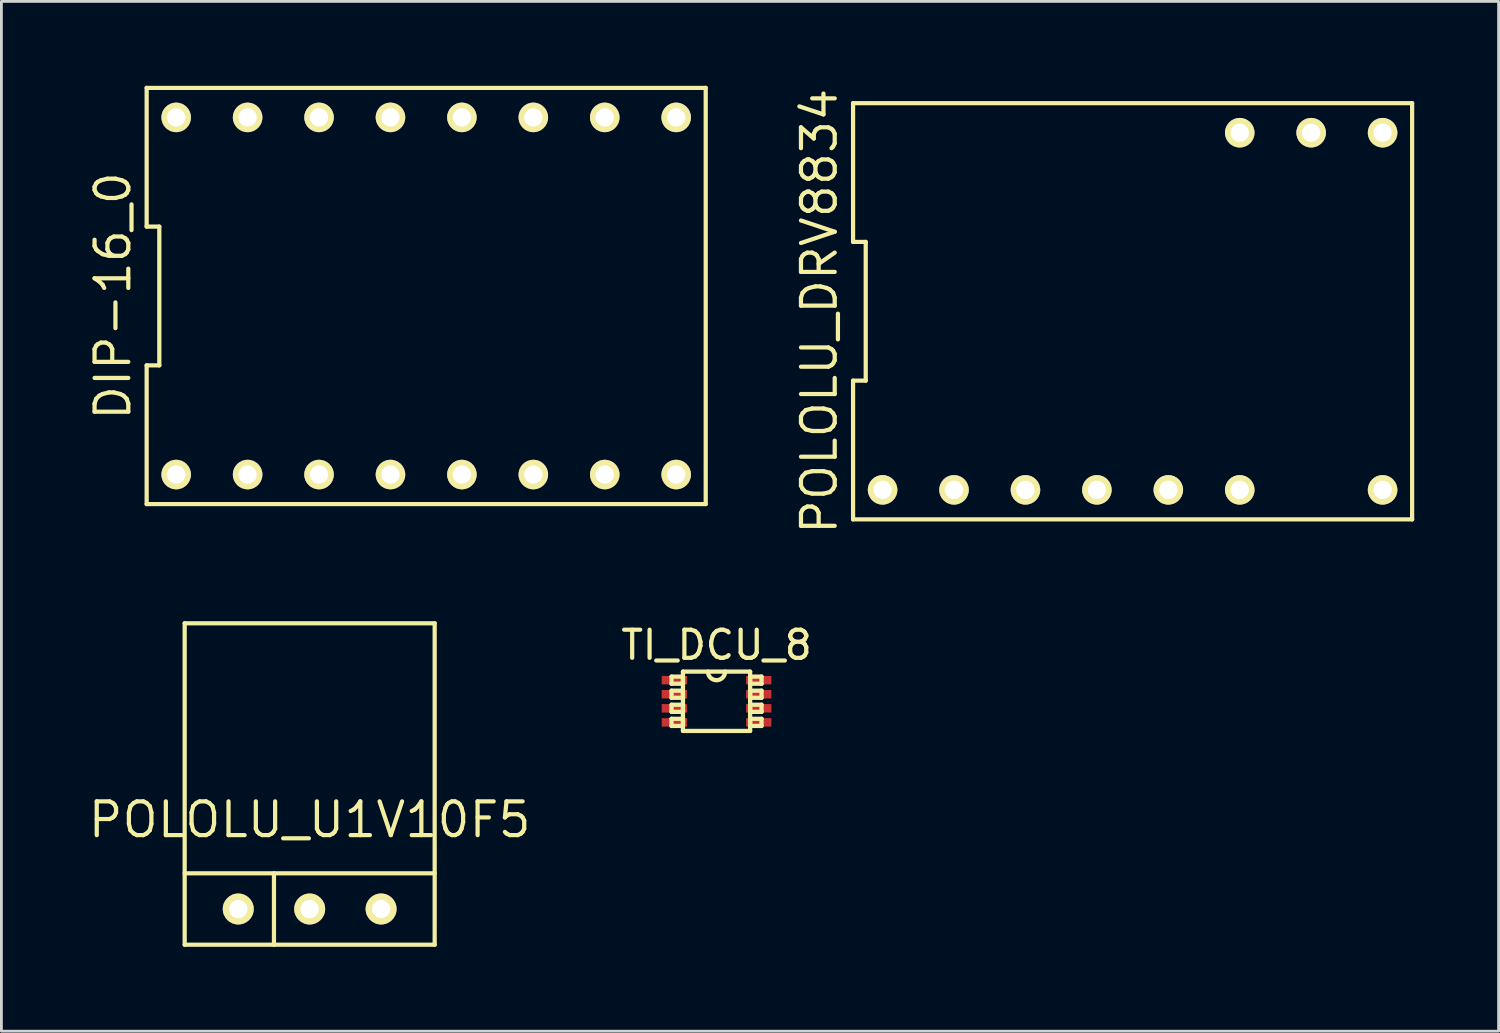
<source format=kicad_pcb>
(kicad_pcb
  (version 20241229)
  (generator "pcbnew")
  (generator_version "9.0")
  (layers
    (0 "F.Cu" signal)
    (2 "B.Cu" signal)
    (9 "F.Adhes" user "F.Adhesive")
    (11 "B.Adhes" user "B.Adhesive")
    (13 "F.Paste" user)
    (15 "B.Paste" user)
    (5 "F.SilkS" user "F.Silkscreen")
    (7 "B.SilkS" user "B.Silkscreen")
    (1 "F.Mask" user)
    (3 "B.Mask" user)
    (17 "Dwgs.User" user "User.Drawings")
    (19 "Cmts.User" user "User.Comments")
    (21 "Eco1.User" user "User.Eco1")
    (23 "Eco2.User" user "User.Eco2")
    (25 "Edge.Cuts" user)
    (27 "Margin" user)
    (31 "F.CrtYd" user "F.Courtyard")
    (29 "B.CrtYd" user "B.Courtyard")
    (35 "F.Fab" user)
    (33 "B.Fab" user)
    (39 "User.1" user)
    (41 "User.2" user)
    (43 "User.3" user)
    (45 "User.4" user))
  (footprint "TI_DCU_8"
    (layer "F.Cu")
    (at 22.43 21.887)
    (property "Reference" "TI_DCU_8" (at 0 -2 0) (layer "F.SilkS") (effects (font (size 1 1) (thickness 0.15))))
    (attr through_hole)
    (fp_line (start -1.6 -0.877) (end -1.6 -0.623) (stroke (width 0.152) (type solid)) (layer "F.SilkS"))
    (fp_line (start -1.6 -0.623) (end -1.194 -0.623) (stroke (width 0.152) (type solid)) (layer "F.SilkS"))
    (fp_line (start -1.6 -0.377) (end -1.6 -0.123) (stroke (width 0.152) (type solid)) (layer "F.SilkS"))
    (fp_line (start -1.6 -0.123) (end -1.194 -0.123) (stroke (width 0.152) (type solid)) (layer "F.SilkS"))
    (fp_line (start -1.6 0.123) (end -1.6 0.377) (stroke (width 0.152) (type solid)) (layer "F.SilkS"))
    (fp_line (start -1.6 0.377) (end -1.194 0.377) (stroke (width 0.152) (type solid)) (layer "F.SilkS"))
    (fp_line (start -1.6 0.623) (end -1.6 0.877) (stroke (width 0.152) (type solid)) (layer "F.SilkS"))
    (fp_line (start -1.6 0.877) (end -1.194 0.877) (stroke (width 0.152) (type solid)) (layer "F.SilkS"))
    (fp_line (start -1.194 -1.054) (end -1.194 1.054) (stroke (width 0.152) (type solid)) (layer "F.SilkS"))
    (fp_line (start -1.194 -0.877) (end -1.6 -0.877) (stroke (width 0.152) (type solid)) (layer "F.SilkS"))
    (fp_line (start -1.194 -0.623) (end -1.194 -0.877) (stroke (width 0.152) (type solid)) (layer "F.SilkS"))
    (fp_line (start -1.194 -0.377) (end -1.6 -0.377) (stroke (width 0.152) (type solid)) (layer "F.SilkS"))
    (fp_line (start -1.194 -0.123) (end -1.194 -0.377) (stroke (width 0.152) (type solid)) (layer "F.SilkS"))
    (fp_line (start -1.194 0.123) (end -1.6 0.123) (stroke (width 0.152) (type solid)) (layer "F.SilkS"))
    (fp_line (start -1.194 0.377) (end -1.194 0.123) (stroke (width 0.152) (type solid)) (layer "F.SilkS"))
    (fp_line (start -1.194 0.623) (end -1.6 0.623) (stroke (width 0.152) (type solid)) (layer "F.SilkS"))
    (fp_line (start -1.194 0.877) (end -1.194 0.623) (stroke (width 0.152) (type solid)) (layer "F.SilkS"))
    (fp_line (start -1.194 1.054) (end 1.194 1.054) (stroke (width 0.152) (type solid)) (layer "F.SilkS"))
    (fp_line (start 1.194 -1.054) (end -1.194 -1.054) (stroke (width 0.152) (type solid)) (layer "F.SilkS"))
    (fp_line (start 1.194 -0.877) (end 1.194 -0.623) (stroke (width 0.152) (type solid)) (layer "F.SilkS"))
    (fp_line (start 1.194 -0.623) (end 1.6 -0.623) (stroke (width 0.152) (type solid)) (layer "F.SilkS"))
    (fp_line (start 1.194 -0.377) (end 1.194 -0.123) (stroke (width 0.152) (type solid)) (layer "F.SilkS"))
    (fp_line (start 1.194 -0.123) (end 1.6 -0.123) (stroke (width 0.152) (type solid)) (layer "F.SilkS"))
    (fp_line (start 1.194 0.123) (end 1.194 0.377) (stroke (width 0.152) (type solid)) (layer "F.SilkS"))
    (fp_line (start 1.194 0.377) (end 1.6 0.377) (stroke (width 0.152) (type solid)) (layer "F.SilkS"))
    (fp_line (start 1.194 0.623) (end 1.194 0.877) (stroke (width 0.152) (type solid)) (layer "F.SilkS"))
    (fp_line (start 1.194 0.877) (end 1.6 0.877) (stroke (width 0.152) (type solid)) (layer "F.SilkS"))
    (fp_line (start 1.194 1.054) (end 1.194 -1.054) (stroke (width 0.152) (type solid)) (layer "F.SilkS"))
    (fp_line (start 1.6 -0.877) (end 1.194 -0.877) (stroke (width 0.152) (type solid)) (layer "F.SilkS"))
    (fp_line (start 1.6 -0.623) (end 1.6 -0.877) (stroke (width 0.152) (type solid)) (layer "F.SilkS"))
    (fp_line (start 1.6 -0.377) (end 1.194 -0.377) (stroke (width 0.152) (type solid)) (layer "F.SilkS"))
    (fp_line (start 1.6 -0.123) (end 1.6 -0.377) (stroke (width 0.152) (type solid)) (layer "F.SilkS"))
    (fp_line (start 1.6 0.123) (end 1.194 0.123) (stroke (width 0.152) (type solid)) (layer "F.SilkS"))
    (fp_line (start 1.6 0.377) (end 1.6 0.123) (stroke (width 0.152) (type solid)) (layer "F.SilkS"))
    (fp_line (start 1.6 0.623) (end 1.194 0.623) (stroke (width 0.152) (type solid)) (layer "F.SilkS"))
    (fp_line (start 1.6 0.877) (end 1.6 0.623) (stroke (width 0.152) (type solid)) (layer "F.SilkS"))
    (fp_arc (start 0.3048 -1.0541) (mid 0 -0.7493) (end -0.3048 -1.0541) (stroke (width 0.1524) (type solid)) (layer "F.SilkS"))
    (pad "1" smd rect (at -1.5 -0.75) (size 0.9 0.3) (layers "F.Cu" "F.Mask" "F.Paste"))
    (pad "2" smd rect (at -1.5 -0.25) (size 0.9 0.3) (layers "F.Cu" "F.Mask" "F.Paste"))
    (pad "3" smd rect (at -1.5 0.25) (size 0.9 0.3) (layers "F.Cu" "F.Mask" "F.Paste"))
    (pad "4" smd rect (at -1.5 0.75) (size 0.9 0.3) (layers "F.Cu" "F.Mask" "F.Paste"))
    (pad "5" smd rect (at 1.5 0.75) (size 0.9 0.3) (layers "F.Cu" "F.Mask" "F.Paste"))
    (pad "6" smd rect (at 1.5 0.25) (size 0.9 0.3) (layers "F.Cu" "F.Mask" "F.Paste"))
    (pad "7" smd rect (at 1.5 -0.25) (size 0.9 0.3) (layers "F.Cu" "F.Mask" "F.Paste"))
    (pad "8" smd rect (at 1.5 -0.75) (size 0.9 0.3) (layers "F.Cu" "F.Mask" "F.Paste")))
  (footprint "DIP-16_0"
    (layer "F.Cu")
    (at 12.105 7.475)
    (property "Reference" "DIP-16_0" (at -11.14 0 90) (layer "F.SilkS") (effects (font (size 1.2 1.2) (thickness 0.15))))
    (attr through_hole)
    (fp_line (start -9.94 -7.4) (end -9.94 -2.467) (stroke (width 0.15) (type solid)) (layer "F.SilkS"))
    (fp_line (start -9.94 -2.467) (end -9.49 -2.467) (stroke (width 0.15) (type solid)) (layer "F.SilkS"))
    (fp_line (start -9.94 2.467) (end -9.94 7.4) (stroke (width 0.15) (type solid)) (layer "F.SilkS"))
    (fp_line (start -9.94 7.4) (end 9.94 7.4) (stroke (width 0.15) (type solid)) (layer "F.SilkS"))
    (fp_line (start -9.49 -2.467) (end -9.49 2.467) (stroke (width 0.15) (type solid)) (layer "F.SilkS"))
    (fp_line (start -9.49 2.467) (end -9.94 2.467) (stroke (width 0.15) (type solid)) (layer "F.SilkS"))
    (fp_line (start 9.94 -7.4) (end -9.94 -7.4) (stroke (width 0.15) (type solid)) (layer "F.SilkS"))
    (fp_line (start 9.94 7.4) (end 9.94 -7.4) (stroke (width 0.15) (type solid)) (layer "F.SilkS"))
    (pad "1" thru_hole circle (at -8.89 6.35) (size 1.05 1.05) (drill 0.65) (layers "*.Cu" "*.Mask" "F.SilkS"))
    (pad "2" thru_hole circle (at -6.35 6.35) (size 1.05 1.05) (drill 0.65) (layers "*.Cu" "*.Mask" "F.SilkS"))
    (pad "3" thru_hole circle (at -3.81 6.35) (size 1.05 1.05) (drill 0.65) (layers "*.Cu" "*.Mask" "F.SilkS"))
    (pad "4" thru_hole circle (at -1.27 6.35) (size 1.05 1.05) (drill 0.65) (layers "*.Cu" "*.Mask" "F.SilkS"))
    (pad "5" thru_hole circle (at 1.27 6.35) (size 1.05 1.05) (drill 0.65) (layers "*.Cu" "*.Mask" "F.SilkS"))
    (pad "6" thru_hole circle (at 3.81 6.35) (size 1.05 1.05) (drill 0.65) (layers "*.Cu" "*.Mask" "F.SilkS"))
    (pad "7" thru_hole circle (at 6.35 6.35) (size 1.05 1.05) (drill 0.65) (layers "*.Cu" "*.Mask" "F.SilkS"))
    (pad "8" thru_hole circle (at 8.89 6.35) (size 1.05 1.05) (drill 0.65) (layers "*.Cu" "*.Mask" "F.SilkS"))
    (pad "9" thru_hole circle (at 8.89 -6.35) (size 1.05 1.05) (drill 0.65) (layers "*.Cu" "*.Mask" "F.SilkS"))
    (pad "10" thru_hole circle (at 6.35 -6.35) (size 1.05 1.05) (drill 0.65) (layers "*.Cu" "*.Mask" "F.SilkS"))
    (pad "11" thru_hole circle (at 3.81 -6.35) (size 1.05 1.05) (drill 0.65) (layers "*.Cu" "*.Mask" "F.SilkS"))
    (pad "12" thru_hole circle (at 1.27 -6.35) (size 1.05 1.05) (drill 0.65) (layers "*.Cu" "*.Mask" "F.SilkS"))
    (pad "13" thru_hole circle (at -1.27 -6.35) (size 1.05 1.05) (drill 0.65) (layers "*.Cu" "*.Mask" "F.SilkS"))
    (pad "14" thru_hole circle (at -3.81 -6.35) (size 1.05 1.05) (drill 0.65) (layers "*.Cu" "*.Mask" "F.SilkS"))
    (pad "15" thru_hole circle (at -6.35 -6.35) (size 1.05 1.05) (drill 0.65) (layers "*.Cu" "*.Mask" "F.SilkS"))
    (pad "16" thru_hole circle (at -8.89 -6.35) (size 1.05 1.05) (drill 0.65) (layers "*.Cu" "*.Mask" "F.SilkS")))
  (footprint "POLOLU_DRV8834"
    (layer "F.Cu")
    (at 37.225 8.019)
    (property "Reference" "POLOLU_DRV8834" (at -11.14 0 90) (layer "F.SilkS") (effects (font (size 1.2 1.2) (thickness 0.15))))
    (attr through_hole)
    (fp_line (start -9.94 -7.4) (end -9.94 -2.467) (stroke (width 0.15) (type solid)) (layer "F.SilkS"))
    (fp_line (start -9.94 -2.467) (end -9.49 -2.467) (stroke (width 0.15) (type solid)) (layer "F.SilkS"))
    (fp_line (start -9.94 2.467) (end -9.94 7.4) (stroke (width 0.15) (type solid)) (layer "F.SilkS"))
    (fp_line (start -9.94 7.4) (end 9.94 7.4) (stroke (width 0.15) (type solid)) (layer "F.SilkS"))
    (fp_line (start -9.49 -2.467) (end -9.49 2.467) (stroke (width 0.15) (type solid)) (layer "F.SilkS"))
    (fp_line (start -9.49 2.467) (end -9.94 2.467) (stroke (width 0.15) (type solid)) (layer "F.SilkS"))
    (fp_line (start 9.94 -7.4) (end -9.94 -7.4) (stroke (width 0.15) (type solid)) (layer "F.SilkS"))
    (fp_line (start 9.94 7.4) (end 9.94 -7.4) (stroke (width 0.15) (type solid)) (layer "F.SilkS"))
    (pad "1" thru_hole circle (at -8.89 6.35) (size 1.05 1.05) (drill 0.65) (layers "*.Cu" "*.Mask" "F.SilkS"))
    (pad "2" thru_hole circle (at -6.35 6.35) (size 1.05 1.05) (drill 0.65) (layers "*.Cu" "*.Mask" "F.SilkS"))
    (pad "3" thru_hole circle (at -3.81 6.35) (size 1.05 1.05) (drill 0.65) (layers "*.Cu" "*.Mask" "F.SilkS"))
    (pad "4" thru_hole circle (at -1.27 6.35) (size 1.05 1.05) (drill 0.65) (layers "*.Cu" "*.Mask" "F.SilkS"))
    (pad "5" thru_hole circle (at 1.27 6.35) (size 1.05 1.05) (drill 0.65) (layers "*.Cu" "*.Mask" "F.SilkS"))
    (pad "6" thru_hole circle (at 3.81 6.35) (size 1.05 1.05) (drill 0.65) (layers "*.Cu" "*.Mask" "F.SilkS"))
    (pad "8" thru_hole circle (at 8.89 6.35) (size 1.05 1.05) (drill 0.65) (layers "*.Cu" "*.Mask" "F.SilkS"))
    (pad "9" thru_hole circle (at 8.89 -6.35) (size 1.05 1.05) (drill 0.65) (layers "*.Cu" "*.Mask" "F.SilkS"))
    (pad "10" thru_hole circle (at 6.35 -6.35) (size 1.05 1.05) (drill 0.65) (layers "*.Cu" "*.Mask" "F.SilkS"))
    (pad "11" thru_hole circle (at 3.81 -6.35) (size 1.05 1.05) (drill 0.65) (layers "*.Cu" "*.Mask" "F.SilkS")))
  (footprint "POLOLU_U1V10F5"
    (layer "F.Cu")
    (at 7.962 29.274)
    (property "Reference" "POLOLU_U1V10F5" (at 0 -3.175 0) (layer "F.SilkS") (effects (font (size 1.2 1.2) (thickness 0.15))))
    (attr through_hole)
    (fp_line (start -4.445 -10.16) (end 4.445 -10.16) (stroke (width 0.15) (type solid)) (layer "F.SilkS"))
    (fp_line (start -4.445 -1.27) (end 4.445 -1.27) (stroke (width 0.15) (type solid)) (layer "F.SilkS"))
    (fp_line (start -4.445 1.27) (end -4.445 -10.16) (stroke (width 0.15) (type solid)) (layer "F.SilkS"))
    (fp_line (start -1.27 -1.27) (end -1.27 1.27) (stroke (width 0.15) (type solid)) (layer "F.SilkS"))
    (fp_line (start 4.445 -10.16) (end 4.445 1.27) (stroke (width 0.15) (type solid)) (layer "F.SilkS"))
    (fp_line (start 4.445 1.27) (end -4.445 1.27) (stroke (width 0.15) (type solid)) (layer "F.SilkS"))
    (pad "1" thru_hole circle (at -2.54 0) (size 1.1 1.1) (drill 0.65) (layers "*.Cu" "*.Mask" "F.SilkS"))
    (pad "2" thru_hole circle (at 0 0) (size 1.1 1.1) (drill 0.65) (layers "*.Cu" "*.Mask" "F.SilkS"))
    (pad "3" thru_hole circle (at 2.54 0) (size 1.1 1.1) (drill 0.65) (layers "*.Cu" "*.Mask" "F.SilkS")))
  (gr_rect
    (start -3 -3)
    (end 50.24 33.619)
    (stroke (width 0.1) (type default))
    (fill no)
    (layer "Edge.Cuts")))
</source>
